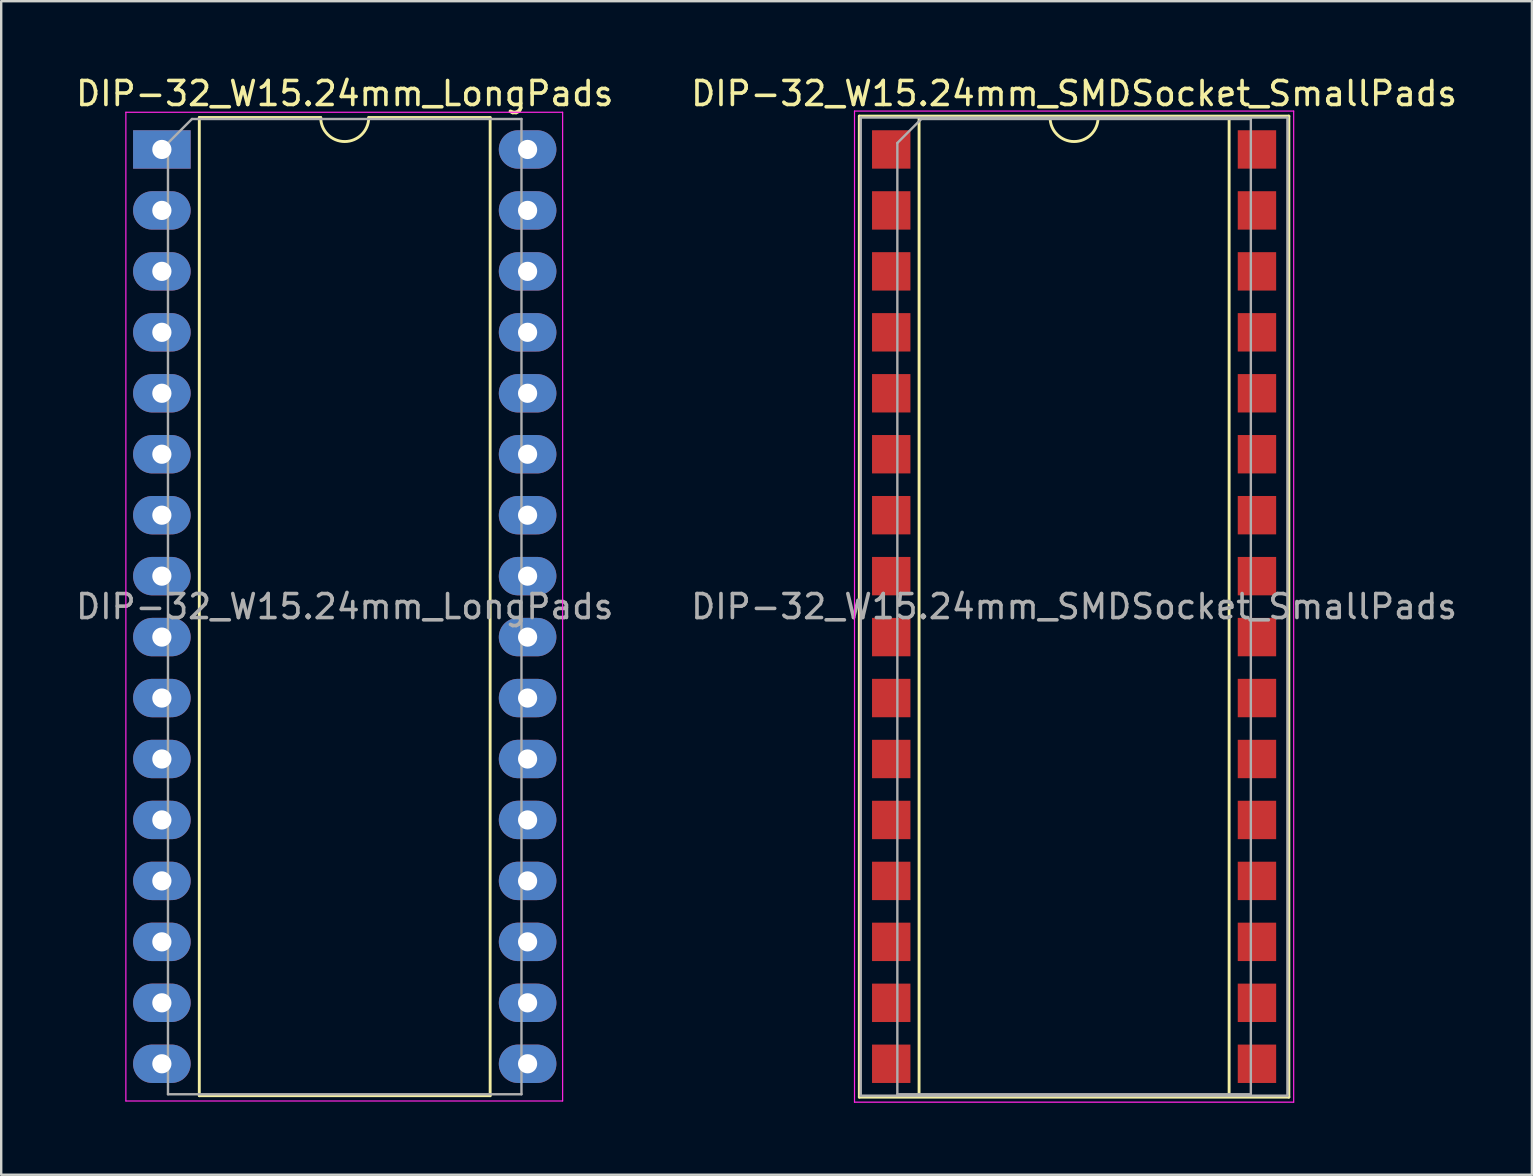
<source format=kicad_pcb>
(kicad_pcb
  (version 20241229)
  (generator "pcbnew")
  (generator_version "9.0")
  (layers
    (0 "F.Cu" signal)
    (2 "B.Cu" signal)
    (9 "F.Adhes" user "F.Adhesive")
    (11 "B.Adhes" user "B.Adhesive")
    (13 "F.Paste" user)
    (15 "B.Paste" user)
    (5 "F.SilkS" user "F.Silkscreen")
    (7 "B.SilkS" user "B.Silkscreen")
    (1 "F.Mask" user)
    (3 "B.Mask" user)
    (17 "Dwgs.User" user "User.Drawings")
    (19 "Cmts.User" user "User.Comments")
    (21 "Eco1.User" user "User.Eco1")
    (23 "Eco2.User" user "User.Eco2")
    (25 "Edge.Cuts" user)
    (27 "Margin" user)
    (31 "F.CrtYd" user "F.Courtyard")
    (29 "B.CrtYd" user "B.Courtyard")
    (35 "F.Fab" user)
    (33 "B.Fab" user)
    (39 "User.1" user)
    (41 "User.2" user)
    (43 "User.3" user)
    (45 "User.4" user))
  (footprint "DIP-32_W15.24mm_LongPads"
    (layer "F.Cu")
    (at 3.695 3.178)
    (property "Reference" "DIP-32_W15.24mm_LongPads" (at 7.62 -2.33 0) (layer "F.SilkS") (effects (font (size 1 1) (thickness 0.15))))
    (attr through_hole)
    (fp_line (start 1.56 -1.33) (end 1.56 39.43) (stroke (width 0.12) (type solid)) (layer "F.SilkS"))
    (fp_line (start 1.56 39.43) (end 13.68 39.43) (stroke (width 0.12) (type solid)) (layer "F.SilkS"))
    (fp_line (start 6.62 -1.33) (end 1.56 -1.33) (stroke (width 0.12) (type solid)) (layer "F.SilkS"))
    (fp_line (start 13.68 -1.33) (end 8.62 -1.33) (stroke (width 0.12) (type solid)) (layer "F.SilkS"))
    (fp_line (start 13.68 39.43) (end 13.68 -1.33) (stroke (width 0.12) (type solid)) (layer "F.SilkS"))
    (fp_arc (start 8.62 -1.33) (mid 7.62 -0.33) (end 6.62 -1.33) (stroke (width 0.12) (type solid)) (layer "F.SilkS"))
    (fp_line (start -1.5 -1.55) (end -1.5 39.65) (stroke (width 0.05) (type solid)) (layer "F.CrtYd"))
    (fp_line (start -1.5 39.65) (end 16.7 39.65) (stroke (width 0.05) (type solid)) (layer "F.CrtYd"))
    (fp_line (start 16.7 -1.55) (end -1.5 -1.55) (stroke (width 0.05) (type solid)) (layer "F.CrtYd"))
    (fp_line (start 16.7 39.65) (end 16.7 -1.55) (stroke (width 0.05) (type solid)) (layer "F.CrtYd"))
    (fp_line (start 0.255 -0.27) (end 1.255 -1.27) (stroke (width 0.1) (type solid)) (layer "F.Fab"))
    (fp_line (start 0.255 39.37) (end 0.255 -0.27) (stroke (width 0.1) (type solid)) (layer "F.Fab"))
    (fp_line (start 1.255 -1.27) (end 14.985 -1.27) (stroke (width 0.1) (type solid)) (layer "F.Fab"))
    (fp_line (start 14.985 -1.27) (end 14.985 39.37) (stroke (width 0.1) (type solid)) (layer "F.Fab"))
    (fp_line (start 14.985 39.37) (end 0.255 39.37) (stroke (width 0.1) (type solid)) (layer "F.Fab"))
    (fp_text user "${REFERENCE}" (at 7.62 19.05 0) (layer "F.Fab") (effects (font (size 1 1) (thickness 0.15))))
    (pad "1" thru_hole rect (at 0 0) (size 2.4 1.6) (drill 0.8) (layers "*.Cu" "*.Mask"))
    (pad "2" thru_hole oval (at 0 2.54) (size 2.4 1.6) (drill 0.8) (layers "*.Cu" "*.Mask"))
    (pad "3" thru_hole oval (at 0 5.08) (size 2.4 1.6) (drill 0.8) (layers "*.Cu" "*.Mask"))
    (pad "4" thru_hole oval (at 0 7.62) (size 2.4 1.6) (drill 0.8) (layers "*.Cu" "*.Mask"))
    (pad "5" thru_hole oval (at 0 10.16) (size 2.4 1.6) (drill 0.8) (layers "*.Cu" "*.Mask"))
    (pad "6" thru_hole oval (at 0 12.7) (size 2.4 1.6) (drill 0.8) (layers "*.Cu" "*.Mask"))
    (pad "7" thru_hole oval (at 0 15.24) (size 2.4 1.6) (drill 0.8) (layers "*.Cu" "*.Mask"))
    (pad "8" thru_hole oval (at 0 17.78) (size 2.4 1.6) (drill 0.8) (layers "*.Cu" "*.Mask"))
    (pad "9" thru_hole oval (at 0 20.32) (size 2.4 1.6) (drill 0.8) (layers "*.Cu" "*.Mask"))
    (pad "10" thru_hole oval (at 0 22.86) (size 2.4 1.6) (drill 0.8) (layers "*.Cu" "*.Mask"))
    (pad "11" thru_hole oval (at 0 25.4) (size 2.4 1.6) (drill 0.8) (layers "*.Cu" "*.Mask"))
    (pad "12" thru_hole oval (at 0 27.94) (size 2.4 1.6) (drill 0.8) (layers "*.Cu" "*.Mask"))
    (pad "13" thru_hole oval (at 0 30.48) (size 2.4 1.6) (drill 0.8) (layers "*.Cu" "*.Mask"))
    (pad "14" thru_hole oval (at 0 33.02) (size 2.4 1.6) (drill 0.8) (layers "*.Cu" "*.Mask"))
    (pad "15" thru_hole oval (at 0 35.56) (size 2.4 1.6) (drill 0.8) (layers "*.Cu" "*.Mask"))
    (pad "16" thru_hole oval (at 0 38.1) (size 2.4 1.6) (drill 0.8) (layers "*.Cu" "*.Mask"))
    (pad "17" thru_hole oval (at 15.24 38.1) (size 2.4 1.6) (drill 0.8) (layers "*.Cu" "*.Mask"))
    (pad "18" thru_hole oval (at 15.24 35.56) (size 2.4 1.6) (drill 0.8) (layers "*.Cu" "*.Mask"))
    (pad "19" thru_hole oval (at 15.24 33.02) (size 2.4 1.6) (drill 0.8) (layers "*.Cu" "*.Mask"))
    (pad "20" thru_hole oval (at 15.24 30.48) (size 2.4 1.6) (drill 0.8) (layers "*.Cu" "*.Mask"))
    (pad "21" thru_hole oval (at 15.24 27.94) (size 2.4 1.6) (drill 0.8) (layers "*.Cu" "*.Mask"))
    (pad "22" thru_hole oval (at 15.24 25.4) (size 2.4 1.6) (drill 0.8) (layers "*.Cu" "*.Mask"))
    (pad "23" thru_hole oval (at 15.24 22.86) (size 2.4 1.6) (drill 0.8) (layers "*.Cu" "*.Mask"))
    (pad "24" thru_hole oval (at 15.24 20.32) (size 2.4 1.6) (drill 0.8) (layers "*.Cu" "*.Mask"))
    (pad "25" thru_hole oval (at 15.24 17.78) (size 2.4 1.6) (drill 0.8) (layers "*.Cu" "*.Mask"))
    (pad "26" thru_hole oval (at 15.24 15.24) (size 2.4 1.6) (drill 0.8) (layers "*.Cu" "*.Mask"))
    (pad "27" thru_hole oval (at 15.24 12.7) (size 2.4 1.6) (drill 0.8) (layers "*.Cu" "*.Mask"))
    (pad "28" thru_hole oval (at 15.24 10.16) (size 2.4 1.6) (drill 0.8) (layers "*.Cu" "*.Mask"))
    (pad "29" thru_hole oval (at 15.24 7.62) (size 2.4 1.6) (drill 0.8) (layers "*.Cu" "*.Mask"))
    (pad "30" thru_hole oval (at 15.24 5.08) (size 2.4 1.6) (drill 0.8) (layers "*.Cu" "*.Mask"))
    (pad "31" thru_hole oval (at 15.24 2.54) (size 2.4 1.6) (drill 0.8) (layers "*.Cu" "*.Mask"))
    (pad "32" thru_hole oval (at 15.24 0) (size 2.4 1.6) (drill 0.8) (layers "*.Cu" "*.Mask")))
  (footprint "DIP-32_W15.24mm_SMDSocket_SmallPads"
    (layer "F.Cu")
    (at 41.708 22.228)
    (property "Reference" "DIP-32_W15.24mm_SMDSocket_SmallPads" (at 0 -21.38 0) (layer "F.SilkS") (effects (font (size 1 1) (thickness 0.15))))
    (attr smd)
    (fp_line (start -8.95 -20.44) (end -8.95 20.44) (stroke (width 0.12) (type solid)) (layer "F.SilkS"))
    (fp_line (start -8.95 20.44) (end 8.95 20.44) (stroke (width 0.12) (type solid)) (layer "F.SilkS"))
    (fp_line (start -6.46 -20.38) (end -6.46 20.38) (stroke (width 0.12) (type solid)) (layer "F.SilkS"))
    (fp_line (start -6.46 20.38) (end 6.46 20.38) (stroke (width 0.12) (type solid)) (layer "F.SilkS"))
    (fp_line (start -1 -20.38) (end -6.46 -20.38) (stroke (width 0.12) (type solid)) (layer "F.SilkS"))
    (fp_line (start 6.46 -20.38) (end 1 -20.38) (stroke (width 0.12) (type solid)) (layer "F.SilkS"))
    (fp_line (start 6.46 20.38) (end 6.46 -20.38) (stroke (width 0.12) (type solid)) (layer "F.SilkS"))
    (fp_line (start 8.95 -20.44) (end -8.95 -20.44) (stroke (width 0.12) (type solid)) (layer "F.SilkS"))
    (fp_line (start 8.95 20.44) (end 8.95 -20.44) (stroke (width 0.12) (type solid)) (layer "F.SilkS"))
    (fp_arc (start 1 -20.38) (mid 0 -19.38) (end -1 -20.38) (stroke (width 0.12) (type solid)) (layer "F.SilkS"))
    (fp_line (start -9.15 -20.65) (end -9.15 20.65) (stroke (width 0.05) (type solid)) (layer "F.CrtYd"))
    (fp_line (start -9.15 20.65) (end 9.15 20.65) (stroke (width 0.05) (type solid)) (layer "F.CrtYd"))
    (fp_line (start 9.15 -20.65) (end -9.15 -20.65) (stroke (width 0.05) (type solid)) (layer "F.CrtYd"))
    (fp_line (start 9.15 20.65) (end 9.15 -20.65) (stroke (width 0.05) (type solid)) (layer "F.CrtYd"))
    (fp_line (start -8.89 -20.38) (end -8.89 20.38) (stroke (width 0.1) (type solid)) (layer "F.Fab"))
    (fp_line (start -8.89 20.38) (end 8.89 20.38) (stroke (width 0.1) (type solid)) (layer "F.Fab"))
    (fp_line (start -7.365 -19.32) (end -6.365 -20.32) (stroke (width 0.1) (type solid)) (layer "F.Fab"))
    (fp_line (start -7.365 20.32) (end -7.365 -19.32) (stroke (width 0.1) (type solid)) (layer "F.Fab"))
    (fp_line (start -6.365 -20.32) (end 7.365 -20.32) (stroke (width 0.1) (type solid)) (layer "F.Fab"))
    (fp_line (start 7.365 -20.32) (end 7.365 20.32) (stroke (width 0.1) (type solid)) (layer "F.Fab"))
    (fp_line (start 7.365 20.32) (end -7.365 20.32) (stroke (width 0.1) (type solid)) (layer "F.Fab"))
    (fp_line (start 8.89 -20.38) (end -8.89 -20.38) (stroke (width 0.1) (type solid)) (layer "F.Fab"))
    (fp_line (start 8.89 20.38) (end 8.89 -20.38) (stroke (width 0.1) (type solid)) (layer "F.Fab"))
    (fp_text user "${REFERENCE}" (at 0 0 0) (layer "F.Fab") (effects (font (size 1 1) (thickness 0.15))))
    (pad "1" smd rect (at -7.62 -19.05) (size 1.6 1.6) (layers "F.Cu" "F.Mask" "F.Paste"))
    (pad "2" smd rect (at -7.62 -16.51) (size 1.6 1.6) (layers "F.Cu" "F.Mask" "F.Paste"))
    (pad "3" smd rect (at -7.62 -13.97) (size 1.6 1.6) (layers "F.Cu" "F.Mask" "F.Paste"))
    (pad "4" smd rect (at -7.62 -11.43) (size 1.6 1.6) (layers "F.Cu" "F.Mask" "F.Paste"))
    (pad "5" smd rect (at -7.62 -8.89) (size 1.6 1.6) (layers "F.Cu" "F.Mask" "F.Paste"))
    (pad "6" smd rect (at -7.62 -6.35) (size 1.6 1.6) (layers "F.Cu" "F.Mask" "F.Paste"))
    (pad "7" smd rect (at -7.62 -3.81) (size 1.6 1.6) (layers "F.Cu" "F.Mask" "F.Paste"))
    (pad "8" smd rect (at -7.62 -1.27) (size 1.6 1.6) (layers "F.Cu" "F.Mask" "F.Paste"))
    (pad "9" smd rect (at -7.62 1.27) (size 1.6 1.6) (layers "F.Cu" "F.Mask" "F.Paste"))
    (pad "10" smd rect (at -7.62 3.81) (size 1.6 1.6) (layers "F.Cu" "F.Mask" "F.Paste"))
    (pad "11" smd rect (at -7.62 6.35) (size 1.6 1.6) (layers "F.Cu" "F.Mask" "F.Paste"))
    (pad "12" smd rect (at -7.62 8.89) (size 1.6 1.6) (layers "F.Cu" "F.Mask" "F.Paste"))
    (pad "13" smd rect (at -7.62 11.43) (size 1.6 1.6) (layers "F.Cu" "F.Mask" "F.Paste"))
    (pad "14" smd rect (at -7.62 13.97) (size 1.6 1.6) (layers "F.Cu" "F.Mask" "F.Paste"))
    (pad "15" smd rect (at -7.62 16.51) (size 1.6 1.6) (layers "F.Cu" "F.Mask" "F.Paste"))
    (pad "16" smd rect (at -7.62 19.05) (size 1.6 1.6) (layers "F.Cu" "F.Mask" "F.Paste"))
    (pad "17" smd rect (at 7.62 19.05) (size 1.6 1.6) (layers "F.Cu" "F.Mask" "F.Paste"))
    (pad "18" smd rect (at 7.62 16.51) (size 1.6 1.6) (layers "F.Cu" "F.Mask" "F.Paste"))
    (pad "19" smd rect (at 7.62 13.97) (size 1.6 1.6) (layers "F.Cu" "F.Mask" "F.Paste"))
    (pad "20" smd rect (at 7.62 11.43) (size 1.6 1.6) (layers "F.Cu" "F.Mask" "F.Paste"))
    (pad "21" smd rect (at 7.62 8.89) (size 1.6 1.6) (layers "F.Cu" "F.Mask" "F.Paste"))
    (pad "22" smd rect (at 7.62 6.35) (size 1.6 1.6) (layers "F.Cu" "F.Mask" "F.Paste"))
    (pad "23" smd rect (at 7.62 3.81) (size 1.6 1.6) (layers "F.Cu" "F.Mask" "F.Paste"))
    (pad "24" smd rect (at 7.62 1.27) (size 1.6 1.6) (layers "F.Cu" "F.Mask" "F.Paste"))
    (pad "25" smd rect (at 7.62 -1.27) (size 1.6 1.6) (layers "F.Cu" "F.Mask" "F.Paste"))
    (pad "26" smd rect (at 7.62 -3.81) (size 1.6 1.6) (layers "F.Cu" "F.Mask" "F.Paste"))
    (pad "27" smd rect (at 7.62 -6.35) (size 1.6 1.6) (layers "F.Cu" "F.Mask" "F.Paste"))
    (pad "28" smd rect (at 7.62 -8.89) (size 1.6 1.6) (layers "F.Cu" "F.Mask" "F.Paste"))
    (pad "29" smd rect (at 7.62 -11.43) (size 1.6 1.6) (layers "F.Cu" "F.Mask" "F.Paste"))
    (pad "30" smd rect (at 7.62 -13.97) (size 1.6 1.6) (layers "F.Cu" "F.Mask" "F.Paste"))
    (pad "31" smd rect (at 7.62 -16.51) (size 1.6 1.6) (layers "F.Cu" "F.Mask" "F.Paste"))
    (pad "32" smd rect (at 7.62 -19.05) (size 1.6 1.6) (layers "F.Cu" "F.Mask" "F.Paste")))
  (gr_rect
    (start -3 -3)
    (end 60.786 45.903)
    (stroke (width 0.1) (type default))
    (fill no)
    (layer "Edge.Cuts")))
</source>
